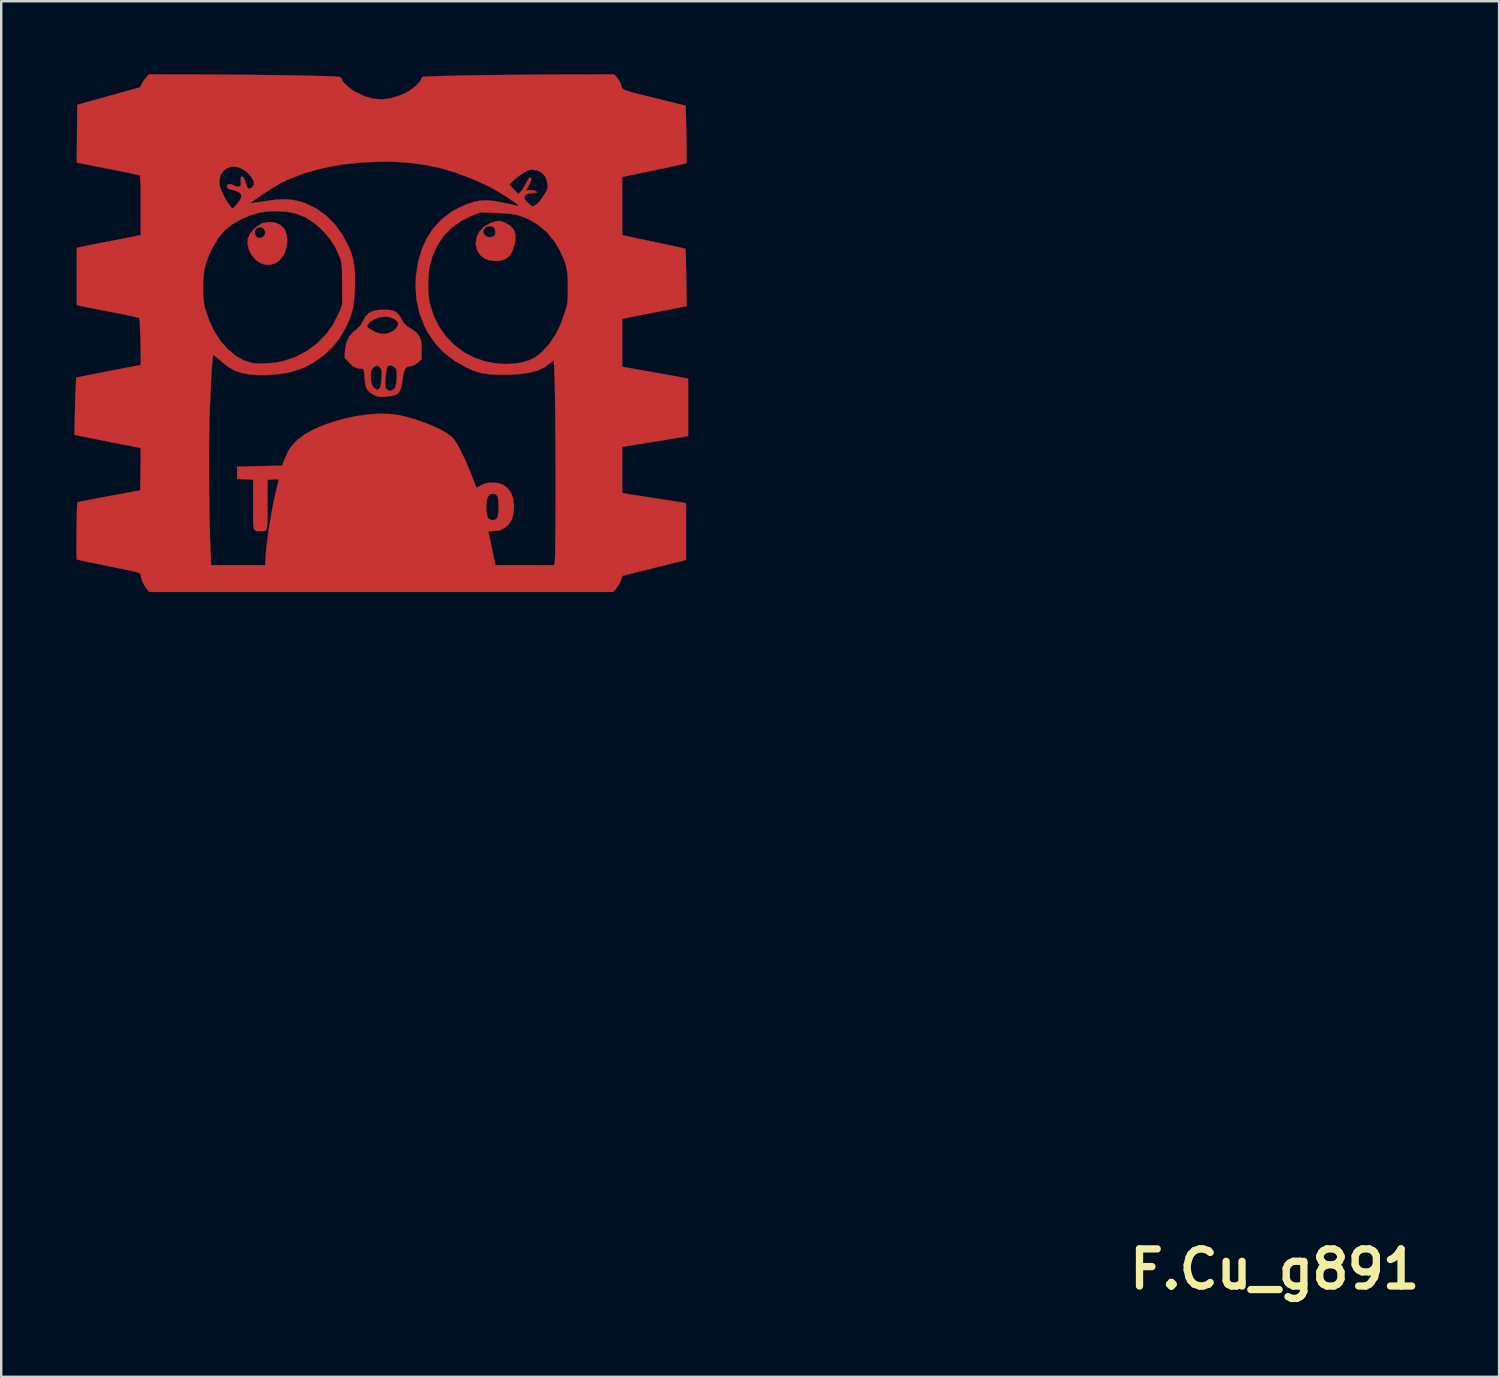
<source format=kicad_pcb>
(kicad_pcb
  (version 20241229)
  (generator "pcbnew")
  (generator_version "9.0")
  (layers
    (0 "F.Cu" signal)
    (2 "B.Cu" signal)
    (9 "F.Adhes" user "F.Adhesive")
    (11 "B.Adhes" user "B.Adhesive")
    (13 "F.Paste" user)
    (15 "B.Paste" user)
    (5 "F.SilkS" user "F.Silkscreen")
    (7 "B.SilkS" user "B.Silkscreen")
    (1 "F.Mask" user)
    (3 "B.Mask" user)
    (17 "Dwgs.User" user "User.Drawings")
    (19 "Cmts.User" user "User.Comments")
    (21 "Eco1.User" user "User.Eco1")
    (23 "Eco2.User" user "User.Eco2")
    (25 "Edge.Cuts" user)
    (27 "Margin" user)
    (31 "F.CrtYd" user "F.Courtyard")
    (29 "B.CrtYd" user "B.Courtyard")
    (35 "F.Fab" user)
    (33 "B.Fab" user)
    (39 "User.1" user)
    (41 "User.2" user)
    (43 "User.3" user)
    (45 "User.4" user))
  (footprint "F.Cu_g891"
    (layer "F.Cu")
    (at 49.294 49.069)
    (property "Reference" "F.Cu_g891" (at 0 0 0) (layer "F.SilkS") (effects (font (size 1.524 1.524) (thickness 0.3))))
    (attr through_hole)
    (fp_poly (pts (xy -41.046 -42.979) (xy -40.842 -42.89) (xy -40.684 -42.742) (xy -40.634 -42.659) (xy -40.572 -42.463) (xy -40.555 -42.226) (xy -40.58 -41.978) (xy -40.645 -41.748) (xy -40.696 -41.643) (xy -40.858 -41.436) (xy -41.052 -41.301) (xy -41.27 -41.241) (xy -41.5 -41.261) (xy -41.638 -41.31) (xy -41.838 -41.444) (xy -42.001 -41.631) (xy -42.118 -41.851) (xy -42.177 -42.084) (xy -42.17 -42.31) (xy -42.162 -42.341) (xy -42.083 -42.512) (xy -42.079 -42.517) (xy -41.88 -42.517) (xy -41.872 -42.492) (xy -41.796 -42.376) (xy -41.691 -42.34) (xy -41.563 -42.383) (xy -41.538 -42.399) (xy -41.459 -42.498) (xy -41.455 -42.617) (xy -41.514 -42.722) (xy -41.619 -42.788) (xy -41.728 -42.787) (xy -41.822 -42.733) (xy -41.879 -42.638) (xy -41.88 -42.517) (xy -42.079 -42.517) (xy -41.947 -42.684) (xy -41.778 -42.834) (xy -41.599 -42.939) (xy -41.545 -42.959) (xy -41.285 -43.003) (xy -41.046 -42.979)) (stroke (width 0.01) (type solid)) (fill yes) (layer "F.Cu"))
    (fp_poly (pts (xy -31.735 -43.026) (xy -31.602 -42.973) (xy -31.389 -42.846) (xy -31.25 -42.69) (xy -31.182 -42.498) (xy -31.182 -42.262) (xy -31.222 -42.058) (xy -31.313 -41.794) (xy -31.433 -41.603) (xy -31.591 -41.48) (xy -31.795 -41.416) (xy -31.991 -41.402) (xy -32.236 -41.427) (xy -32.429 -41.497) (xy -32.619 -41.638) (xy -32.747 -41.831) (xy -32.805 -42.066) (xy -32.808 -42.134) (xy -32.768 -42.386) (xy -32.654 -42.614) (xy -32.648 -42.62) (xy -32.504 -42.62) (xy -32.492 -42.548) (xy -32.456 -42.486) (xy -32.368 -42.4) (xy -32.244 -42.376) (xy -32.132 -42.39) (xy -32.056 -42.426) (xy -32.055 -42.426) (xy -32.009 -42.521) (xy -32.006 -42.641) (xy -32.041 -42.749) (xy -32.091 -42.8) (xy -32.233 -42.837) (xy -32.367 -42.805) (xy -32.464 -42.711) (xy -32.466 -42.709) (xy -32.504 -42.62) (xy -32.648 -42.62) (xy -32.474 -42.805) (xy -32.238 -42.947) (xy -32.185 -42.968) (xy -32.003 -43.028) (xy -31.864 -43.047) (xy -31.735 -43.026)) (stroke (width 0.01) (type solid)) (fill yes) (layer "F.Cu"))
    (fp_poly (pts (xy -36.415 -39.401) (xy -36.213 -39.368) (xy -36.063 -39.297) (xy -35.945 -39.172) (xy -35.842 -38.989) (xy -35.751 -38.846) (xy -35.64 -38.733) (xy -35.612 -38.714) (xy -35.429 -38.6) (xy -35.305 -38.514) (xy -35.221 -38.44) (xy -35.162 -38.366) (xy -35.119 -38.291) (xy -35.072 -38.18) (xy -35.045 -38.054) (xy -35.033 -37.885) (xy -35.031 -37.747) (xy -35.031 -37.374) (xy -35.189 -37.229) (xy -35.344 -37.117) (xy -35.47 -37.084) (xy -35.593 -37.067) (xy -35.682 -37.008) (xy -35.745 -36.896) (xy -35.788 -36.718) (xy -35.81 -36.567) (xy -35.847 -36.307) (xy -35.898 -36.12) (xy -35.973 -35.992) (xy -36.086 -35.91) (xy -36.248 -35.862) (xy -36.472 -35.834) (xy -36.507 -35.831) (xy -36.68 -35.822) (xy -36.803 -35.831) (xy -36.909 -35.863) (xy -36.997 -35.906) (xy -37.15 -35.999) (xy -37.254 -36.102) (xy -37.32 -36.236) (xy -37.358 -36.418) (xy -37.376 -36.605) (xy -37.385 -36.731) (xy -37.126 -36.731) (xy -37.111 -36.485) (xy -37.063 -36.307) (xy -36.993 -36.198) (xy -36.891 -36.122) (xy -36.804 -36.128) (xy -36.744 -36.197) (xy -36.718 -36.279) (xy -36.522 -36.279) (xy -36.51 -36.201) (xy -36.482 -36.15) (xy -36.468 -36.135) (xy -36.359 -36.077) (xy -36.241 -36.09) (xy -36.142 -36.168) (xy -36.116 -36.212) (xy -36.086 -36.316) (xy -36.063 -36.472) (xy -36.052 -36.646) (xy -36.052 -36.65) (xy -36.052 -36.816) (xy -36.063 -36.92) (xy -36.089 -36.986) (xy -36.138 -37.038) (xy -36.147 -37.045) (xy -36.27 -37.114) (xy -36.374 -37.115) (xy -36.442 -37.052) (xy -36.462 -36.978) (xy -36.484 -36.844) (xy -36.503 -36.672) (xy -36.51 -36.592) (xy -36.522 -36.403) (xy -36.522 -36.279) (xy -36.718 -36.279) (xy -36.71 -36.305) (xy -36.685 -36.466) (xy -36.672 -36.646) (xy -36.673 -36.815) (xy -36.689 -36.941) (xy -36.696 -36.962) (xy -36.766 -37.067) (xy -36.858 -37.103) (xy -36.955 -37.078) (xy -37.042 -37.002) (xy -37.104 -36.88) (xy -37.126 -36.731) (xy -37.385 -36.731) (xy -37.389 -36.783) (xy -37.403 -36.893) (xy -37.424 -36.952) (xy -37.457 -36.976) (xy -37.507 -36.981) (xy -37.684 -37.004) (xy -37.832 -37.072) (xy -37.98 -37.199) (xy -38.015 -37.236) (xy -38.195 -37.432) (xy -38.175 -37.744) (xy -38.122 -38.051) (xy -38.003 -38.306) (xy -37.816 -38.512) (xy -37.724 -38.581) (xy -37.581 -38.712) (xy -37.269 -38.712) (xy -37.226 -38.656) (xy -37.138 -38.595) (xy -36.9 -38.468) (xy -36.69 -38.409) (xy -36.489 -38.415) (xy -36.322 -38.465) (xy -36.184 -38.544) (xy -36.071 -38.652) (xy -36.002 -38.766) (xy -35.991 -38.85) (xy -36.033 -38.919) (xy -36.121 -38.999) (xy -36.149 -39.019) (xy -36.329 -39.096) (xy -36.542 -39.117) (xy -36.765 -39.088) (xy -36.975 -39.015) (xy -37.149 -38.902) (xy -37.258 -38.768) (xy -37.269 -38.712) (xy -37.581 -38.712) (xy -37.55 -38.741) (xy -37.458 -38.899) (xy -37.345 -39.112) (xy -37.208 -39.255) (xy -37.031 -39.344) (xy -36.92 -39.373) (xy -36.74 -39.397) (xy -36.534 -39.405) (xy -36.415 -39.401)) (stroke (width 0.01) (type solid)) (fill yes) (layer "F.Cu"))
    (fp_poly (pts (xy -27.003 -48.931) (xy -26.909 -48.799) (xy -26.838 -48.645) (xy -26.829 -48.616) (xy -26.818 -48.567) (xy -26.806 -48.526) (xy -26.788 -48.492) (xy -26.755 -48.46) (xy -26.698 -48.429) (xy -26.611 -48.395) (xy -26.486 -48.356) (xy -26.315 -48.309) (xy -26.09 -48.251) (xy -25.803 -48.179) (xy -25.447 -48.091) (xy -25.184 -48.026) (xy -24.185 -47.778) (xy -24.161 -46.611) (xy -24.156 -46.305) (xy -24.153 -46.028) (xy -24.153 -45.789) (xy -24.154 -45.601) (xy -24.158 -45.474) (xy -24.165 -45.419) (xy -24.165 -45.418) (xy -24.212 -45.404) (xy -24.332 -45.374) (xy -24.514 -45.333) (xy -24.749 -45.281) (xy -25.026 -45.221) (xy -25.334 -45.156) (xy -25.495 -45.122) (xy -26.797 -44.853) (xy -26.797 -42.466) (xy -26.49 -42.399) (xy -26.359 -42.371) (xy -26.161 -42.329) (xy -25.914 -42.276) (xy -25.634 -42.217) (xy -25.337 -42.154) (xy -25.196 -42.125) (xy -24.918 -42.066) (xy -24.67 -42.013) (xy -24.463 -41.967) (xy -24.307 -41.932) (xy -24.215 -41.91) (xy -24.195 -41.903) (xy -24.191 -41.859) (xy -24.186 -41.741) (xy -24.181 -41.56) (xy -24.176 -41.327) (xy -24.17 -41.054) (xy -24.165 -40.75) (xy -24.165 -40.717) (xy -24.148 -39.546) (xy -25.271 -39.328) (xy -25.58 -39.268) (xy -25.872 -39.211) (xy -26.134 -39.16) (xy -26.351 -39.117) (xy -26.511 -39.085) (xy -26.596 -39.067) (xy -26.797 -39.024) (xy -26.797 -37.06) (xy -25.643 -36.856) (xy -25.33 -36.8) (xy -25.034 -36.747) (xy -24.769 -36.699) (xy -24.547 -36.659) (xy -24.383 -36.628) (xy -24.289 -36.61) (xy -24.088 -36.569) (xy -24.088 -34.214) (xy -24.331 -34.172) (xy -24.439 -34.153) (xy -24.617 -34.124) (xy -24.849 -34.085) (xy -25.123 -34.04) (xy -25.423 -33.992) (xy -25.686 -33.949) (xy -26.797 -33.769) (xy -26.797 -31.879) (xy -26.702 -31.858) (xy -26.636 -31.846) (xy -26.498 -31.824) (xy -26.3 -31.792) (xy -26.055 -31.754) (xy -25.775 -31.711) (xy -25.485 -31.666) (xy -25.182 -31.62) (xy -24.903 -31.577) (xy -24.66 -31.538) (xy -24.465 -31.507) (xy -24.329 -31.485) (xy -24.268 -31.474) (xy -24.172 -31.452) (xy -24.172 -29.129) (xy -24.31 -29.092) (xy -24.386 -29.072) (xy -24.533 -29.035) (xy -24.737 -28.983) (xy -24.988 -28.921) (xy -25.273 -28.85) (xy -25.58 -28.773) (xy -25.615 -28.764) (xy -26.783 -28.474) (xy -26.852 -28.281) (xy -26.923 -28.129) (xy -27.018 -27.985) (xy -27.047 -27.951) (xy -27.173 -27.813) (xy -46.224 -27.813) (xy -46.33 -27.953) (xy -46.44 -28.124) (xy -46.523 -28.305) (xy -46.564 -28.465) (xy -46.567 -28.503) (xy -46.569 -28.531) (xy -46.583 -28.556) (xy -46.616 -28.58) (xy -46.678 -28.605) (xy -46.776 -28.634) (xy -46.919 -28.669) (xy -47.117 -28.712) (xy -47.376 -28.766) (xy -47.707 -28.834) (xy -47.865 -28.866) (xy -48.185 -28.931) (xy -48.479 -28.992) (xy -48.735 -29.045) (xy -48.945 -29.09) (xy -49.096 -29.123) (xy -49.18 -29.143) (xy -49.193 -29.147) (xy -49.199 -29.192) (xy -49.203 -29.308) (xy -49.205 -29.482) (xy -49.206 -29.7) (xy -49.205 -29.951) (xy -49.202 -30.219) (xy -49.199 -30.492) (xy -49.194 -30.757) (xy -49.189 -31.001) (xy -49.183 -31.209) (xy -49.176 -31.369) (xy -49.169 -31.468) (xy -49.164 -31.493) (xy -49.12 -31.505) (xy -49.003 -31.53) (xy -48.823 -31.566) (xy -48.59 -31.611) (xy -48.315 -31.664) (xy -48.008 -31.721) (xy -47.868 -31.747) (xy -46.588 -31.983) (xy -46.576 -32.852) (xy -46.57 -33.333) (xy -43.763 -33.333) (xy -43.762 -32.758) (xy -43.759 -32.171) (xy -43.753 -31.587) (xy -43.745 -31.019) (xy -43.734 -30.482) (xy -43.72 -29.992) (xy -43.704 -29.561) (xy -43.703 -29.538) (xy -43.675 -28.914) (xy -41.457 -28.914) (xy -41.428 -29.386) (xy -41.408 -29.622) (xy -41.371 -29.922) (xy -41.323 -30.266) (xy -41.266 -30.634) (xy -41.203 -31.007) (xy -41.137 -31.366) (xy -41.13 -31.401) (xy -32.378 -31.401) (xy -32.374 -31.185) (xy -32.357 -31.016) (xy -32.331 -30.908) (xy -32.288 -30.838) (xy -32.257 -30.809) (xy -32.134 -30.757) (xy -32.011 -30.782) (xy -31.93 -30.852) (xy -31.899 -30.935) (xy -31.879 -31.077) (xy -31.87 -31.252) (xy -31.872 -31.436) (xy -31.885 -31.601) (xy -31.909 -31.724) (xy -31.922 -31.755) (xy -32.006 -31.831) (xy -32.13 -31.848) (xy -32.202 -31.831) (xy -32.291 -31.755) (xy -32.35 -31.608) (xy -32.378 -31.401) (xy -41.13 -31.401) (xy -41.071 -31.692) (xy -41.01 -31.964) (xy -41 -32.003) (xy -40.956 -32.179) (xy -40.921 -32.321) (xy -40.899 -32.412) (xy -40.894 -32.435) (xy -40.932 -32.44) (xy -41.031 -32.439) (xy -41.127 -32.434) (xy -41.36 -32.419) (xy -41.36 -31.391) (xy -41.359 -31.061) (xy -41.361 -30.805) (xy -41.366 -30.616) (xy -41.378 -30.482) (xy -41.4 -30.394) (xy -41.433 -30.342) (xy -41.481 -30.318) (xy -41.546 -30.31) (xy -41.632 -30.311) (xy -41.656 -30.311) (xy -41.747 -30.31) (xy -41.816 -30.315) (xy -41.869 -30.334) (xy -41.905 -30.378) (xy -41.929 -30.456) (xy -41.944 -30.577) (xy -41.95 -30.752) (xy -41.952 -30.99) (xy -41.952 -31.3) (xy -41.952 -31.393) (xy -41.952 -32.424) (xy -42.28 -32.436) (xy -42.608 -32.449) (xy -42.608 -32.956) (xy -41.683 -32.978) (xy -40.758 -32.999) (xy -40.661 -33.258) (xy -40.538 -33.54) (xy -40.392 -33.771) (xy -40.203 -33.984) (xy -40.119 -34.063) (xy -39.841 -34.275) (xy -39.494 -34.471) (xy -39.092 -34.649) (xy -38.649 -34.804) (xy -38.18 -34.934) (xy -37.7 -35.034) (xy -37.222 -35.101) (xy -36.762 -35.132) (xy -36.333 -35.123) (xy -35.982 -35.077) (xy -35.621 -34.993) (xy -35.256 -34.886) (xy -34.899 -34.762) (xy -34.563 -34.626) (xy -34.263 -34.483) (xy -34.01 -34.34) (xy -33.818 -34.202) (xy -33.727 -34.111) (xy -33.615 -33.95) (xy -33.484 -33.723) (xy -33.343 -33.448) (xy -33.199 -33.139) (xy -33.06 -32.813) (xy -32.976 -32.597) (xy -32.905 -32.409) (xy -32.845 -32.253) (xy -32.802 -32.143) (xy -32.783 -32.096) (xy -32.783 -32.096) (xy -32.744 -32.107) (xy -32.656 -32.151) (xy -32.586 -32.191) (xy -32.441 -32.261) (xy -32.291 -32.294) (xy -32.137 -32.3) (xy -31.888 -32.281) (xy -31.694 -32.218) (xy -31.531 -32.101) (xy -31.466 -32.033) (xy -31.345 -31.856) (xy -31.273 -31.65) (xy -31.244 -31.392) (xy -31.242 -31.305) (xy -31.261 -31.029) (xy -31.32 -30.81) (xy -31.426 -30.627) (xy -31.466 -30.578) (xy -31.641 -30.424) (xy -31.843 -30.337) (xy -32.092 -30.311) (xy -32.22 -30.306) (xy -32.28 -30.289) (xy -32.287 -30.254) (xy -32.285 -30.247) (xy -32.268 -30.183) (xy -32.238 -30.054) (xy -32.2 -29.878) (xy -32.157 -29.672) (xy -32.151 -29.644) (xy -32.109 -29.432) (xy -32.07 -29.244) (xy -32.041 -29.098) (xy -32.023 -29.013) (xy -32.022 -29.009) (xy -32.002 -28.914) (xy -29.595 -28.914) (xy -29.561 -29.072) (xy -29.555 -29.144) (xy -29.549 -29.294) (xy -29.545 -29.512) (xy -29.54 -29.792) (xy -29.537 -30.126) (xy -29.534 -30.506) (xy -29.532 -30.925) (xy -29.531 -31.375) (xy -29.53 -31.847) (xy -29.53 -32.336) (xy -29.53 -32.832) (xy -29.532 -33.329) (xy -29.533 -33.818) (xy -29.536 -34.292) (xy -29.539 -34.743) (xy -29.543 -35.163) (xy -29.547 -35.545) (xy -29.552 -35.881) (xy -29.558 -36.164) (xy -29.564 -36.386) (xy -29.565 -36.418) (xy -29.6 -37.339) (xy -29.753 -37.205) (xy -29.979 -37.041) (xy -30.247 -36.915) (xy -30.565 -36.823) (xy -30.942 -36.764) (xy -31.387 -36.735) (xy -31.644 -36.732) (xy -31.991 -36.737) (xy -32.275 -36.754) (xy -32.515 -36.788) (xy -32.734 -36.842) (xy -32.952 -36.919) (xy -33.176 -37.018) (xy -33.669 -37.295) (xy -34.102 -37.628) (xy -34.471 -38.018) (xy -34.776 -38.46) (xy -34.92 -38.737) (xy -35.121 -39.261) (xy -35.24 -39.807) (xy -35.277 -40.321) (xy -34.764 -40.321) (xy -34.748 -40.002) (xy -34.712 -39.726) (xy -34.697 -39.656) (xy -34.539 -39.158) (xy -34.313 -38.704) (xy -34.026 -38.299) (xy -33.684 -37.948) (xy -33.293 -37.655) (xy -32.86 -37.428) (xy -32.391 -37.269) (xy -31.892 -37.185) (xy -31.623 -37.172) (xy -31.404 -37.178) (xy -31.178 -37.196) (xy -30.984 -37.221) (xy -30.94 -37.23) (xy -30.63 -37.318) (xy -30.368 -37.449) (xy -30.122 -37.639) (xy -30.088 -37.67) (xy -29.787 -37.998) (xy -29.531 -38.38) (xy -29.314 -38.824) (xy -29.14 -39.316) (xy -29.093 -39.478) (xy -29.061 -39.622) (xy -29.041 -39.77) (xy -29.03 -39.945) (xy -29.025 -40.171) (xy -29.025 -40.301) (xy -29.029 -40.637) (xy -29.05 -40.913) (xy -29.09 -41.154) (xy -29.157 -41.383) (xy -29.254 -41.625) (xy -29.337 -41.804) (xy -29.586 -42.224) (xy -29.895 -42.589) (xy -30.259 -42.893) (xy -30.586 -43.087) (xy -30.794 -43.184) (xy -30.989 -43.256) (xy -31.193 -43.308) (xy -31.426 -43.343) (xy -31.707 -43.366) (xy -31.962 -43.378) (xy -32.618 -43.403) (xy -32.946 -43.272) (xy -33.402 -43.049) (xy -33.794 -42.771) (xy -34.121 -42.438) (xy -34.384 -42.049) (xy -34.584 -41.606) (xy -34.692 -41.233) (xy -34.736 -40.967) (xy -34.76 -40.653) (xy -34.764 -40.321) (xy -35.277 -40.321) (xy -35.281 -40.377) (xy -35.262 -40.792) (xy -35.176 -41.362) (xy -35.026 -41.881) (xy -34.812 -42.35) (xy -34.538 -42.763) (xy -34.203 -43.12) (xy -33.81 -43.417) (xy -33.521 -43.578) (xy -33.192 -43.727) (xy -32.898 -43.828) (xy -32.618 -43.882) (xy -32.331 -43.892) (xy -32.014 -43.861) (xy -31.646 -43.79) (xy -31.581 -43.775) (xy -31.382 -43.73) (xy -31.214 -43.694) (xy -31.095 -43.672) (xy -31.04 -43.665) (xy -31.039 -43.666) (xy -31.061 -43.698) (xy -31.143 -43.764) (xy -31.273 -43.856) (xy -31.436 -43.965) (xy -31.619 -44.084) (xy -31.811 -44.203) (xy -31.996 -44.314) (xy -32.163 -44.409) (xy -32.293 -44.476) (xy -32.421 -44.533) (xy -31.427 -44.533) (xy -31.239 -44.341) (xy -31.052 -44.149) (xy -30.933 -44.289) (xy -30.842 -44.416) (xy -30.754 -44.572) (xy -30.726 -44.63) (xy -30.666 -44.744) (xy -30.608 -44.817) (xy -30.581 -44.831) (xy -30.533 -44.81) (xy -30.531 -44.741) (xy -30.576 -44.617) (xy -30.628 -44.51) (xy -30.686 -44.396) (xy -30.724 -44.32) (xy -30.734 -44.301) (xy -30.697 -44.303) (xy -30.604 -44.311) (xy -30.575 -44.314) (xy -30.424 -44.304) (xy -30.332 -44.264) (xy -30.288 -44.225) (xy -30.296 -44.206) (xy -30.368 -44.199) (xy -30.456 -44.197) (xy -30.631 -44.175) (xy -30.756 -44.114) (xy -30.815 -44.024) (xy -30.819 -43.994) (xy -30.788 -43.932) (xy -30.714 -43.842) (xy -30.618 -43.749) (xy -30.526 -43.676) (xy -30.46 -43.646) (xy -30.46 -43.646) (xy -30.401 -43.671) (xy -30.31 -43.735) (xy -30.278 -43.762) (xy -30.185 -43.861) (xy -30.077 -44.001) (xy -29.991 -44.133) (xy -29.908 -44.279) (xy -29.866 -44.387) (xy -29.856 -44.485) (xy -29.863 -44.572) (xy -29.9 -44.726) (xy -29.96 -44.872) (xy -29.974 -44.897) (xy -30.098 -45.027) (xy -30.272 -45.119) (xy -30.465 -45.159) (xy -30.582 -45.152) (xy -30.698 -45.108) (xy -30.852 -45.02) (xy -31.022 -44.904) (xy -31.187 -44.773) (xy -31.324 -44.644) (xy -31.324 -44.644) (xy -31.427 -44.533) (xy -32.421 -44.533) (xy -32.96 -44.776) (xy -33.59 -45.017) (xy -34.202 -45.202) (xy -34.813 -45.337) (xy -35.443 -45.425) (xy -36.11 -45.471) (xy -36.618 -45.48) (xy -37.498 -45.449) (xy -38.334 -45.359) (xy -39.122 -45.209) (xy -39.858 -45.002) (xy -40.536 -44.737) (xy -40.703 -44.659) (xy -40.828 -44.592) (xy -40.987 -44.5) (xy -41.168 -44.39) (xy -41.358 -44.269) (xy -41.547 -44.146) (xy -41.721 -44.029) (xy -41.87 -43.925) (xy -41.981 -43.843) (xy -42.042 -43.789) (xy -42.045 -43.773) (xy -41.987 -43.779) (xy -41.863 -43.797) (xy -41.69 -43.824) (xy -41.486 -43.857) (xy -41.456 -43.862) (xy -41.027 -43.919) (xy -40.656 -43.936) (xy -40.325 -43.912) (xy -40.018 -43.846) (xy -39.807 -43.775) (xy -39.357 -43.557) (xy -38.952 -43.268) (xy -38.593 -42.907) (xy -38.28 -42.476) (xy -38.028 -42.005) (xy -37.919 -41.736) (xy -37.842 -41.457) (xy -37.793 -41.151) (xy -37.771 -40.801) (xy -37.771 -40.39) (xy -37.774 -40.301) (xy -37.791 -39.953) (xy -37.818 -39.666) (xy -37.861 -39.418) (xy -37.926 -39.186) (xy -38.017 -38.947) (xy -38.139 -38.678) (xy -38.145 -38.665) (xy -38.397 -38.234) (xy -38.716 -37.841) (xy -39.09 -37.496) (xy -39.507 -37.207) (xy -39.958 -36.984) (xy -40.429 -36.834) (xy -40.513 -36.816) (xy -40.915 -36.756) (xy -41.347 -36.724) (xy -41.772 -36.722) (xy -42.079 -36.744) (xy -42.41 -36.8) (xy -42.695 -36.897) (xy -42.96 -37.045) (xy -43.23 -37.257) (xy -43.277 -37.299) (xy -43.405 -37.411) (xy -43.51 -37.493) (xy -43.575 -37.534) (xy -43.589 -37.536) (xy -43.604 -37.479) (xy -43.621 -37.34) (xy -43.639 -37.12) (xy -43.659 -36.82) (xy -43.679 -36.443) (xy -43.701 -35.99) (xy -43.724 -35.463) (xy -43.733 -35.221) (xy -43.745 -34.84) (xy -43.754 -34.388) (xy -43.76 -33.881) (xy -43.763 -33.333) (xy -46.57 -33.333) (xy -46.565 -33.72) (xy -47.927 -33.991) (xy -49.289 -34.262) (xy -49.26 -35.427) (xy -49.252 -35.733) (xy -49.243 -36.009) (xy -49.235 -36.247) (xy -49.226 -36.433) (xy -49.219 -36.558) (xy -49.213 -36.611) (xy -49.212 -36.611) (xy -49.17 -36.622) (xy -49.056 -36.646) (xy -48.883 -36.682) (xy -48.663 -36.726) (xy -48.409 -36.776) (xy -48.133 -36.831) (xy -47.846 -36.887) (xy -47.562 -36.942) (xy -47.291 -36.994) (xy -47.047 -37.041) (xy -46.84 -37.079) (xy -46.685 -37.108) (xy -46.592 -37.124) (xy -46.572 -37.126) (xy -46.566 -37.166) (xy -46.563 -37.276) (xy -46.563 -37.442) (xy -46.566 -37.649) (xy -46.57 -37.883) (xy -46.576 -38.129) (xy -46.584 -38.373) (xy -46.592 -38.6) (xy -46.6 -38.797) (xy -46.609 -38.948) (xy -46.618 -39.039) (xy -46.623 -39.059) (xy -46.671 -39.075) (xy -46.79 -39.104) (xy -46.97 -39.144) (xy -47.199 -39.192) (xy -47.464 -39.246) (xy -47.699 -39.293) (xy -48 -39.351) (xy -48.285 -39.407) (xy -48.541 -39.457) (xy -48.752 -39.499) (xy -48.905 -39.529) (xy -48.969 -39.542) (xy -49.191 -39.588) (xy -49.191 -40.301) (xy -44.003 -40.301) (xy -44 -40.033) (xy -43.989 -39.825) (xy -43.967 -39.652) (xy -43.933 -39.49) (xy -43.908 -39.4) (xy -43.741 -38.921) (xy -43.528 -38.486) (xy -43.274 -38.102) (xy -42.986 -37.775) (xy -42.669 -37.513) (xy -42.329 -37.322) (xy -41.99 -37.212) (xy -41.797 -37.189) (xy -41.548 -37.187) (xy -41.27 -37.204) (xy -40.989 -37.237) (xy -40.732 -37.286) (xy -40.703 -37.293) (xy -40.21 -37.46) (xy -39.752 -37.7) (xy -39.337 -38.006) (xy -38.974 -38.37) (xy -38.671 -38.787) (xy -38.435 -39.25) (xy -38.423 -39.279) (xy -38.293 -39.603) (xy -38.294 -40.45) (xy -38.296 -40.746) (xy -38.299 -40.972) (xy -38.307 -41.143) (xy -38.319 -41.273) (xy -38.337 -41.377) (xy -38.362 -41.469) (xy -38.388 -41.546) (xy -38.571 -41.955) (xy -38.802 -42.318) (xy -39.099 -42.659) (xy -39.133 -42.694) (xy -39.468 -42.985) (xy -39.814 -43.2) (xy -40.184 -43.346) (xy -40.593 -43.427) (xy -41.021 -43.449) (xy -41.393 -43.432) (xy -41.729 -43.378) (xy -42.058 -43.279) (xy -42.414 -43.129) (xy -42.449 -43.112) (xy -42.819 -42.901) (xy -43.129 -42.646) (xy -43.389 -42.335) (xy -43.613 -41.957) (xy -43.642 -41.898) (xy -43.785 -41.583) (xy -43.886 -41.309) (xy -43.951 -41.046) (xy -43.988 -40.766) (xy -44.002 -40.443) (xy -44.003 -40.301) (xy -49.191 -40.301) (xy -49.191 -41.943) (xy -49.096 -41.966) (xy -49.029 -41.98) (xy -48.891 -42.008) (xy -48.696 -42.047) (xy -48.456 -42.094) (xy -48.183 -42.147) (xy -47.985 -42.185) (xy -47.69 -42.243) (xy -47.411 -42.297) (xy -47.164 -42.345) (xy -46.962 -42.385) (xy -46.819 -42.414) (xy -46.768 -42.424) (xy -46.567 -42.467) (xy -46.567 -43.687) (xy -46.568 -44.06) (xy -46.57 -44.356) (xy -46.575 -44.581) (xy -46.582 -44.72) (xy -43.339 -44.72) (xy -43.316 -44.475) (xy -43.215 -44.199) (xy -43.208 -44.185) (xy -43.122 -44.022) (xy -43.028 -43.861) (xy -42.936 -43.719) (xy -42.859 -43.614) (xy -42.806 -43.563) (xy -42.798 -43.561) (xy -42.754 -43.591) (xy -42.675 -43.667) (xy -42.61 -43.74) (xy -42.486 -43.905) (xy -42.431 -44.033) (xy -42.442 -44.134) (xy -42.499 -44.202) (xy -42.606 -44.262) (xy -42.739 -44.304) (xy -42.749 -44.306) (xy -42.913 -44.345) (xy -43.002 -44.394) (xy -43.028 -44.459) (xy -43.023 -44.492) (xy -42.971 -44.563) (xy -42.873 -44.564) (xy -42.757 -44.514) (xy -42.641 -44.466) (xy -42.537 -44.454) (xy -42.469 -44.477) (xy -42.456 -44.503) (xy -42.455 -44.578) (xy -42.459 -44.694) (xy -42.46 -44.718) (xy -42.458 -44.824) (xy -42.435 -44.866) (xy -42.39 -44.866) (xy -42.334 -44.827) (xy -42.286 -44.723) (xy -42.254 -44.608) (xy -42.206 -44.452) (xy -42.149 -44.375) (xy -42.077 -44.373) (xy -41.987 -44.435) (xy -41.921 -44.538) (xy -41.927 -44.665) (xy -42.007 -44.823) (xy -42.037 -44.866) (xy -42.217 -45.064) (xy -42.418 -45.198) (xy -42.627 -45.269) (xy -42.833 -45.275) (xy -43.021 -45.215) (xy -43.181 -45.09) (xy -43.285 -44.932) (xy -43.339 -44.72) (xy -46.582 -44.72) (xy -46.583 -44.743) (xy -46.593 -44.85) (xy -46.607 -44.909) (xy -46.62 -44.926) (xy -46.673 -44.938) (xy -46.799 -44.965) (xy -46.987 -45.004) (xy -47.225 -45.053) (xy -47.504 -45.109) (xy -47.813 -45.17) (xy -47.933 -45.194) (xy -49.193 -45.443) (xy -49.17 -47.815) (xy -47.879 -48.175) (xy -46.588 -48.536) (xy -46.518 -48.684) (xy -46.439 -48.82) (xy -46.344 -48.944) (xy -46.34 -48.948) (xy -46.232 -49.064) (xy -44.336 -49.061) (xy -43.813 -49.059) (xy -43.279 -49.056) (xy -42.74 -49.052) (xy -42.202 -49.047) (xy -41.674 -49.041) (xy -41.161 -49.035) (xy -40.671 -49.028) (xy -40.21 -49.02) (xy -39.786 -49.012) (xy -39.405 -49.003) (xy -39.073 -48.995) (xy -38.799 -48.986) (xy -38.589 -48.978) (xy -38.449 -48.969) (xy -38.386 -48.961) (xy -38.386 -48.961) (xy -38.324 -48.91) (xy -38.312 -48.876) (xy -38.278 -48.797) (xy -38.189 -48.688) (xy -38.061 -48.567) (xy -37.909 -48.448) (xy -37.788 -48.368) (xy -37.403 -48.177) (xy -37.028 -48.066) (xy -36.654 -48.036) (xy -36.274 -48.086) (xy -35.877 -48.217) (xy -35.673 -48.311) (xy -35.524 -48.398) (xy -35.371 -48.51) (xy -35.232 -48.63) (xy -35.123 -48.744) (xy -35.06 -48.836) (xy -35.052 -48.868) (xy -35.018 -48.934) (xy -34.978 -48.961) (xy -34.919 -48.969) (xy -34.782 -48.977) (xy -34.574 -48.986) (xy -34.302 -48.995) (xy -33.972 -49.003) (xy -33.593 -49.012) (xy -33.17 -49.02) (xy -32.71 -49.027) (xy -32.221 -49.035) (xy -31.709 -49.041) (xy -31.181 -49.047) (xy -30.643 -49.052) (xy -30.104 -49.056) (xy -29.569 -49.059) (xy -29.046 -49.061) (xy -29.026 -49.061) (xy -27.127 -49.064) (xy -27.003 -48.931)) (stroke (width 0.01) (type solid)) (fill yes) (layer "F.Cu")))
  (gr_rect
    (start -3 -3)
    (end 58.506 53.487)
    (stroke (width 0.1) (type default))
    (fill no)
    (layer "Edge.Cuts")))
</source>
